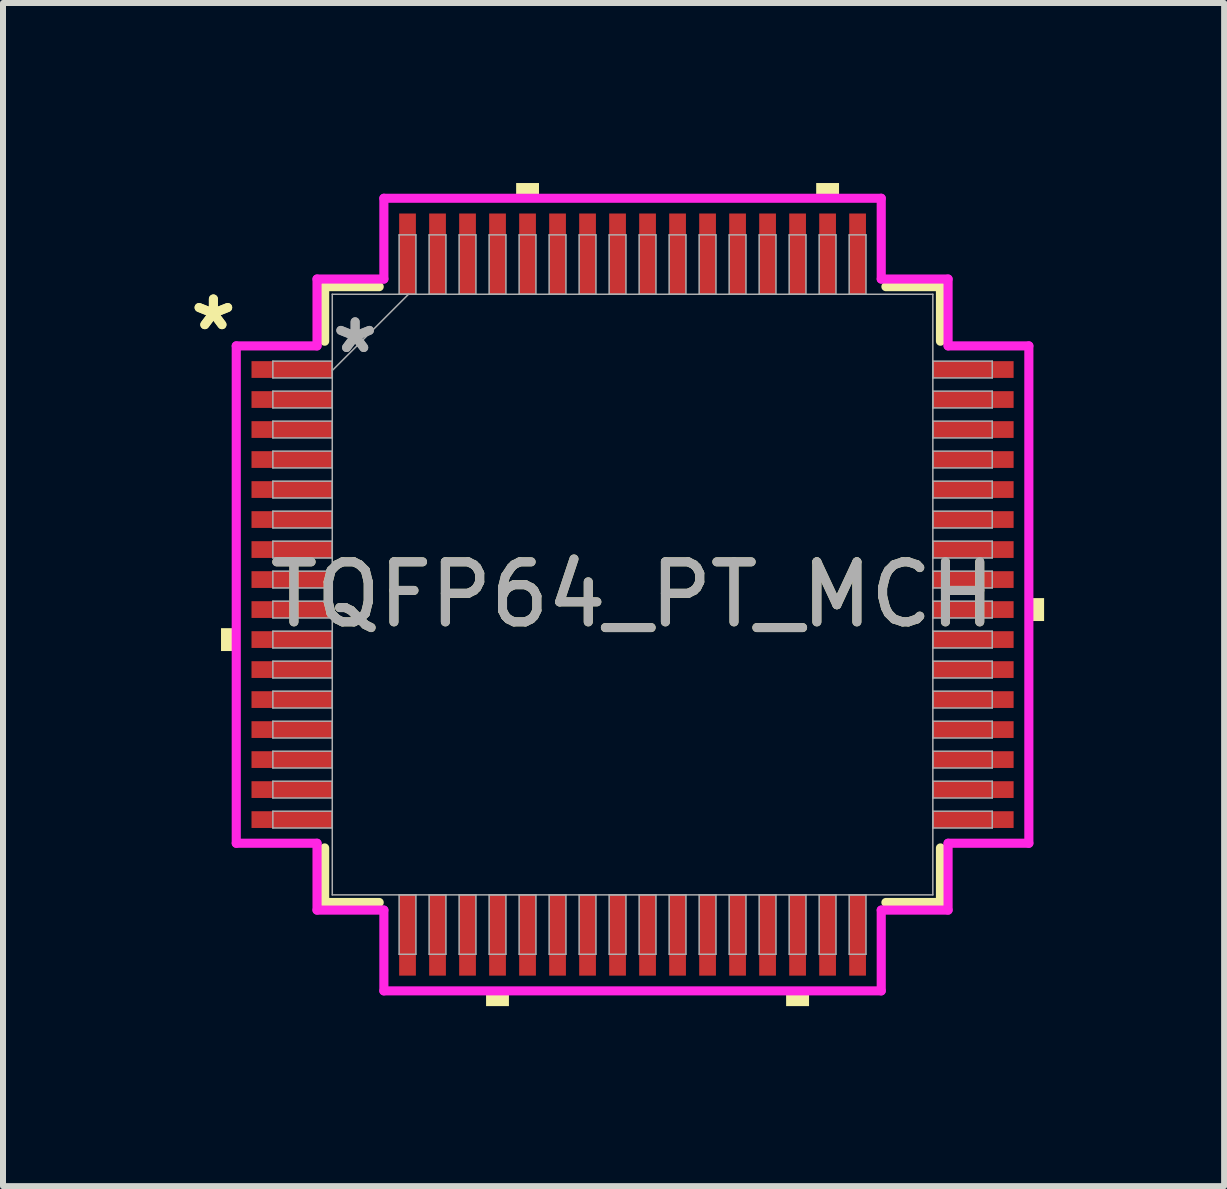
<source format=kicad_pcb>
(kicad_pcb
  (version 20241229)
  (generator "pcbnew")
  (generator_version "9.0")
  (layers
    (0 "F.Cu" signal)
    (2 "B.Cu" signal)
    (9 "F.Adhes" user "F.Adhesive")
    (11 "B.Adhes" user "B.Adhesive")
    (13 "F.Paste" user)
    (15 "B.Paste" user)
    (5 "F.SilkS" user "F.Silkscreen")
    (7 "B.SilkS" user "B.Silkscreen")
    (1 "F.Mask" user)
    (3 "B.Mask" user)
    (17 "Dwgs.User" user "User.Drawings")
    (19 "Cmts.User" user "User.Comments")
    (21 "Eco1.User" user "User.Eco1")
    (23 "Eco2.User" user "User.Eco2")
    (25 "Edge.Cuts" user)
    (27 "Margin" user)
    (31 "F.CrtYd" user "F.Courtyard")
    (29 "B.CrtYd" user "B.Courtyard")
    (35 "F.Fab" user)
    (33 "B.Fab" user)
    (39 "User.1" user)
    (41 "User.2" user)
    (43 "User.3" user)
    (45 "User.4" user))
  (footprint "TQFP64_PT_MCH"
    (layer "F.Cu")
    (at 7.491 6.858)
    (property "Reference" "TQFP64_PT_MCH" (at 0 0 0) (unlocked yes) (layer "F.SilkS") (effects (font (size 1 1) (thickness 0.15))))
    (attr smd)
    (fp_line (start -5.131 -5.131) (end -5.131 -4.222) (stroke (width 0.152) (type solid)) (layer "F.SilkS"))
    (fp_line (start -5.131 4.222) (end -5.131 5.131) (stroke (width 0.152) (type solid)) (layer "F.SilkS"))
    (fp_line (start -5.131 5.131) (end -4.222 5.131) (stroke (width 0.152) (type solid)) (layer "F.SilkS"))
    (fp_line (start -4.222 -5.131) (end -5.131 -5.131) (stroke (width 0.152) (type solid)) (layer "F.SilkS"))
    (fp_line (start 4.222 5.131) (end 5.131 5.131) (stroke (width 0.152) (type solid)) (layer "F.SilkS"))
    (fp_line (start 5.131 -5.131) (end 4.222 -5.131) (stroke (width 0.152) (type solid)) (layer "F.SilkS"))
    (fp_line (start 5.131 -4.222) (end 5.131 -5.131) (stroke (width 0.152) (type solid)) (layer "F.SilkS"))
    (fp_line (start 5.131 5.131) (end 5.131 4.222) (stroke (width 0.152) (type solid)) (layer "F.SilkS"))
    (fp_poly (pts (xy -6.858 0.56) (xy -6.858 0.941) (xy -6.604 0.941) (xy -6.604 0.56)) (stroke (width 0) (type solid)) (fill yes) (layer "F.SilkS"))
    (fp_poly (pts (xy -2.441 6.604) (xy -2.441 6.858) (xy -2.06 6.858) (xy -2.06 6.604)) (stroke (width 0) (type solid)) (fill yes) (layer "F.SilkS"))
    (fp_poly (pts (xy -1.94 -6.604) (xy -1.94 -6.858) (xy -1.559 -6.858) (xy -1.559 -6.604)) (stroke (width 0) (type solid)) (fill yes) (layer "F.SilkS"))
    (fp_poly (pts (xy 2.559 6.604) (xy 2.559 6.858) (xy 2.941 6.858) (xy 2.941 6.604)) (stroke (width 0) (type solid)) (fill yes) (layer "F.SilkS"))
    (fp_poly (pts (xy 3.06 -6.604) (xy 3.06 -6.858) (xy 3.441 -6.858) (xy 3.441 -6.604)) (stroke (width 0) (type solid)) (fill yes) (layer "F.SilkS"))
    (fp_poly (pts (xy 6.858 0.059) (xy 6.858 0.441) (xy 6.604 0.441) (xy 6.604 0.059)) (stroke (width 0) (type solid)) (fill yes) (layer "F.SilkS"))
    (fp_line (start -6.604 -4.144) (end -5.258 -4.144) (stroke (width 0.152) (type solid)) (layer "F.CrtYd"))
    (fp_line (start -6.604 4.144) (end -6.604 -4.144) (stroke (width 0.152) (type solid)) (layer "F.CrtYd"))
    (fp_line (start -5.258 -5.258) (end -4.144 -5.258) (stroke (width 0.152) (type solid)) (layer "F.CrtYd"))
    (fp_line (start -5.258 -4.144) (end -5.258 -5.258) (stroke (width 0.152) (type solid)) (layer "F.CrtYd"))
    (fp_line (start -5.258 4.144) (end -6.604 4.144) (stroke (width 0.152) (type solid)) (layer "F.CrtYd"))
    (fp_line (start -5.258 5.258) (end -5.258 4.144) (stroke (width 0.152) (type solid)) (layer "F.CrtYd"))
    (fp_line (start -5.258 5.258) (end -4.144 5.258) (stroke (width 0.152) (type solid)) (layer "F.CrtYd"))
    (fp_line (start -4.144 -6.604) (end 4.144 -6.604) (stroke (width 0.152) (type solid)) (layer "F.CrtYd"))
    (fp_line (start -4.144 -5.258) (end -4.144 -6.604) (stroke (width 0.152) (type solid)) (layer "F.CrtYd"))
    (fp_line (start -4.144 5.258) (end -4.144 6.604) (stroke (width 0.152) (type solid)) (layer "F.CrtYd"))
    (fp_line (start -4.144 6.604) (end 4.144 6.604) (stroke (width 0.152) (type solid)) (layer "F.CrtYd"))
    (fp_line (start 4.144 -6.604) (end 4.144 -5.258) (stroke (width 0.152) (type solid)) (layer "F.CrtYd"))
    (fp_line (start 4.144 -5.258) (end 5.258 -5.258) (stroke (width 0.152) (type solid)) (layer "F.CrtYd"))
    (fp_line (start 4.144 5.258) (end 5.258 5.258) (stroke (width 0.152) (type solid)) (layer "F.CrtYd"))
    (fp_line (start 4.144 6.604) (end 4.144 5.258) (stroke (width 0.152) (type solid)) (layer "F.CrtYd"))
    (fp_line (start 5.258 -4.144) (end 5.258 -5.258) (stroke (width 0.152) (type solid)) (layer "F.CrtYd"))
    (fp_line (start 5.258 4.144) (end 6.604 4.144) (stroke (width 0.152) (type solid)) (layer "F.CrtYd"))
    (fp_line (start 5.258 5.258) (end 5.258 4.144) (stroke (width 0.152) (type solid)) (layer "F.CrtYd"))
    (fp_line (start 6.604 -4.144) (end 5.258 -4.144) (stroke (width 0.152) (type solid)) (layer "F.CrtYd"))
    (fp_line (start 6.604 4.144) (end 6.604 -4.144) (stroke (width 0.152) (type solid)) (layer "F.CrtYd"))
    (fp_line (start -5.994 -3.89) (end -5.994 -3.61) (stroke (width 0.025) (type solid)) (layer "F.Fab"))
    (fp_line (start -5.994 -3.61) (end -5.004 -3.61) (stroke (width 0.025) (type solid)) (layer "F.Fab"))
    (fp_line (start -5.994 -3.39) (end -5.994 -3.11) (stroke (width 0.025) (type solid)) (layer "F.Fab"))
    (fp_line (start -5.994 -3.11) (end -5.004 -3.11) (stroke (width 0.025) (type solid)) (layer "F.Fab"))
    (fp_line (start -5.994 -2.89) (end -5.994 -2.61) (stroke (width 0.025) (type solid)) (layer "F.Fab"))
    (fp_line (start -5.994 -2.61) (end -5.004 -2.61) (stroke (width 0.025) (type solid)) (layer "F.Fab"))
    (fp_line (start -5.994 -2.39) (end -5.994 -2.11) (stroke (width 0.025) (type solid)) (layer "F.Fab"))
    (fp_line (start -5.994 -2.11) (end -5.004 -2.11) (stroke (width 0.025) (type solid)) (layer "F.Fab"))
    (fp_line (start -5.994 -1.89) (end -5.994 -1.61) (stroke (width 0.025) (type solid)) (layer "F.Fab"))
    (fp_line (start -5.994 -1.61) (end -5.004 -1.61) (stroke (width 0.025) (type solid)) (layer "F.Fab"))
    (fp_line (start -5.994 -1.39) (end -5.994 -1.11) (stroke (width 0.025) (type solid)) (layer "F.Fab"))
    (fp_line (start -5.994 -1.11) (end -5.004 -1.11) (stroke (width 0.025) (type solid)) (layer "F.Fab"))
    (fp_line (start -5.994 -0.89) (end -5.994 -0.61) (stroke (width 0.025) (type solid)) (layer "F.Fab"))
    (fp_line (start -5.994 -0.61) (end -5.004 -0.61) (stroke (width 0.025) (type solid)) (layer "F.Fab"))
    (fp_line (start -5.994 -0.39) (end -5.994 -0.11) (stroke (width 0.025) (type solid)) (layer "F.Fab"))
    (fp_line (start -5.994 -0.11) (end -5.004 -0.11) (stroke (width 0.025) (type solid)) (layer "F.Fab"))
    (fp_line (start -5.994 0.11) (end -5.994 0.39) (stroke (width 0.025) (type solid)) (layer "F.Fab"))
    (fp_line (start -5.994 0.39) (end -5.004 0.39) (stroke (width 0.025) (type solid)) (layer "F.Fab"))
    (fp_line (start -5.994 0.61) (end -5.994 0.89) (stroke (width 0.025) (type solid)) (layer "F.Fab"))
    (fp_line (start -5.994 0.89) (end -5.004 0.89) (stroke (width 0.025) (type solid)) (layer "F.Fab"))
    (fp_line (start -5.994 1.11) (end -5.994 1.39) (stroke (width 0.025) (type solid)) (layer "F.Fab"))
    (fp_line (start -5.994 1.39) (end -5.004 1.39) (stroke (width 0.025) (type solid)) (layer "F.Fab"))
    (fp_line (start -5.994 1.61) (end -5.994 1.89) (stroke (width 0.025) (type solid)) (layer "F.Fab"))
    (fp_line (start -5.994 1.89) (end -5.004 1.89) (stroke (width 0.025) (type solid)) (layer "F.Fab"))
    (fp_line (start -5.994 2.11) (end -5.994 2.39) (stroke (width 0.025) (type solid)) (layer "F.Fab"))
    (fp_line (start -5.994 2.39) (end -5.004 2.39) (stroke (width 0.025) (type solid)) (layer "F.Fab"))
    (fp_line (start -5.994 2.61) (end -5.994 2.89) (stroke (width 0.025) (type solid)) (layer "F.Fab"))
    (fp_line (start -5.994 2.89) (end -5.004 2.89) (stroke (width 0.025) (type solid)) (layer "F.Fab"))
    (fp_line (start -5.994 3.11) (end -5.994 3.39) (stroke (width 0.025) (type solid)) (layer "F.Fab"))
    (fp_line (start -5.994 3.39) (end -5.004 3.39) (stroke (width 0.025) (type solid)) (layer "F.Fab"))
    (fp_line (start -5.994 3.61) (end -5.994 3.89) (stroke (width 0.025) (type solid)) (layer "F.Fab"))
    (fp_line (start -5.994 3.89) (end -5.004 3.89) (stroke (width 0.025) (type solid)) (layer "F.Fab"))
    (fp_line (start -5.004 -5.004) (end -5.004 5.004) (stroke (width 0.025) (type solid)) (layer "F.Fab"))
    (fp_line (start -5.004 -3.89) (end -5.994 -3.89) (stroke (width 0.025) (type solid)) (layer "F.Fab"))
    (fp_line (start -5.004 -3.734) (end -3.734 -5.004) (stroke (width 0.025) (type solid)) (layer "F.Fab"))
    (fp_line (start -5.004 -3.61) (end -5.004 -3.89) (stroke (width 0.025) (type solid)) (layer "F.Fab"))
    (fp_line (start -5.004 -3.39) (end -5.994 -3.39) (stroke (width 0.025) (type solid)) (layer "F.Fab"))
    (fp_line (start -5.004 -3.11) (end -5.004 -3.39) (stroke (width 0.025) (type solid)) (layer "F.Fab"))
    (fp_line (start -5.004 -2.89) (end -5.994 -2.89) (stroke (width 0.025) (type solid)) (layer "F.Fab"))
    (fp_line (start -5.004 -2.61) (end -5.004 -2.89) (stroke (width 0.025) (type solid)) (layer "F.Fab"))
    (fp_line (start -5.004 -2.39) (end -5.994 -2.39) (stroke (width 0.025) (type solid)) (layer "F.Fab"))
    (fp_line (start -5.004 -2.11) (end -5.004 -2.39) (stroke (width 0.025) (type solid)) (layer "F.Fab"))
    (fp_line (start -5.004 -1.89) (end -5.994 -1.89) (stroke (width 0.025) (type solid)) (layer "F.Fab"))
    (fp_line (start -5.004 -1.61) (end -5.004 -1.89) (stroke (width 0.025) (type solid)) (layer "F.Fab"))
    (fp_line (start -5.004 -1.39) (end -5.994 -1.39) (stroke (width 0.025) (type solid)) (layer "F.Fab"))
    (fp_line (start -5.004 -1.11) (end -5.004 -1.39) (stroke (width 0.025) (type solid)) (layer "F.Fab"))
    (fp_line (start -5.004 -0.89) (end -5.994 -0.89) (stroke (width 0.025) (type solid)) (layer "F.Fab"))
    (fp_line (start -5.004 -0.61) (end -5.004 -0.89) (stroke (width 0.025) (type solid)) (layer "F.Fab"))
    (fp_line (start -5.004 -0.39) (end -5.994 -0.39) (stroke (width 0.025) (type solid)) (layer "F.Fab"))
    (fp_line (start -5.004 -0.11) (end -5.004 -0.39) (stroke (width 0.025) (type solid)) (layer "F.Fab"))
    (fp_line (start -5.004 0.11) (end -5.994 0.11) (stroke (width 0.025) (type solid)) (layer "F.Fab"))
    (fp_line (start -5.004 0.39) (end -5.004 0.11) (stroke (width 0.025) (type solid)) (layer "F.Fab"))
    (fp_line (start -5.004 0.61) (end -5.994 0.61) (stroke (width 0.025) (type solid)) (layer "F.Fab"))
    (fp_line (start -5.004 0.89) (end -5.004 0.61) (stroke (width 0.025) (type solid)) (layer "F.Fab"))
    (fp_line (start -5.004 1.11) (end -5.994 1.11) (stroke (width 0.025) (type solid)) (layer "F.Fab"))
    (fp_line (start -5.004 1.39) (end -5.004 1.11) (stroke (width 0.025) (type solid)) (layer "F.Fab"))
    (fp_line (start -5.004 1.61) (end -5.994 1.61) (stroke (width 0.025) (type solid)) (layer "F.Fab"))
    (fp_line (start -5.004 1.89) (end -5.004 1.61) (stroke (width 0.025) (type solid)) (layer "F.Fab"))
    (fp_line (start -5.004 2.11) (end -5.994 2.11) (stroke (width 0.025) (type solid)) (layer "F.Fab"))
    (fp_line (start -5.004 2.39) (end -5.004 2.11) (stroke (width 0.025) (type solid)) (layer "F.Fab"))
    (fp_line (start -5.004 2.61) (end -5.994 2.61) (stroke (width 0.025) (type solid)) (layer "F.Fab"))
    (fp_line (start -5.004 2.89) (end -5.004 2.61) (stroke (width 0.025) (type solid)) (layer "F.Fab"))
    (fp_line (start -5.004 3.11) (end -5.994 3.11) (stroke (width 0.025) (type solid)) (layer "F.Fab"))
    (fp_line (start -5.004 3.39) (end -5.004 3.11) (stroke (width 0.025) (type solid)) (layer "F.Fab"))
    (fp_line (start -5.004 3.61) (end -5.994 3.61) (stroke (width 0.025) (type solid)) (layer "F.Fab"))
    (fp_line (start -5.004 3.89) (end -5.004 3.61) (stroke (width 0.025) (type solid)) (layer "F.Fab"))
    (fp_line (start -5.004 5.004) (end 5.004 5.004) (stroke (width 0.025) (type solid)) (layer "F.Fab"))
    (fp_line (start -3.89 -5.994) (end -3.89 -5.004) (stroke (width 0.025) (type solid)) (layer "F.Fab"))
    (fp_line (start -3.89 -5.004) (end -3.61 -5.004) (stroke (width 0.025) (type solid)) (layer "F.Fab"))
    (fp_line (start -3.89 5.004) (end -3.89 5.994) (stroke (width 0.025) (type solid)) (layer "F.Fab"))
    (fp_line (start -3.89 5.994) (end -3.61 5.994) (stroke (width 0.025) (type solid)) (layer "F.Fab"))
    (fp_line (start -3.61 -5.994) (end -3.89 -5.994) (stroke (width 0.025) (type solid)) (layer "F.Fab"))
    (fp_line (start -3.61 -5.004) (end -3.61 -5.994) (stroke (width 0.025) (type solid)) (layer "F.Fab"))
    (fp_line (start -3.61 5.004) (end -3.89 5.004) (stroke (width 0.025) (type solid)) (layer "F.Fab"))
    (fp_line (start -3.61 5.994) (end -3.61 5.004) (stroke (width 0.025) (type solid)) (layer "F.Fab"))
    (fp_line (start -3.39 -5.994) (end -3.39 -5.004) (stroke (width 0.025) (type solid)) (layer "F.Fab"))
    (fp_line (start -3.39 -5.004) (end -3.11 -5.004) (stroke (width 0.025) (type solid)) (layer "F.Fab"))
    (fp_line (start -3.39 5.004) (end -3.39 5.994) (stroke (width 0.025) (type solid)) (layer "F.Fab"))
    (fp_line (start -3.39 5.994) (end -3.11 5.994) (stroke (width 0.025) (type solid)) (layer "F.Fab"))
    (fp_line (start -3.11 -5.994) (end -3.39 -5.994) (stroke (width 0.025) (type solid)) (layer "F.Fab"))
    (fp_line (start -3.11 -5.004) (end -3.11 -5.994) (stroke (width 0.025) (type solid)) (layer "F.Fab"))
    (fp_line (start -3.11 5.004) (end -3.39 5.004) (stroke (width 0.025) (type solid)) (layer "F.Fab"))
    (fp_line (start -3.11 5.994) (end -3.11 5.004) (stroke (width 0.025) (type solid)) (layer "F.Fab"))
    (fp_line (start -2.89 -5.994) (end -2.89 -5.004) (stroke (width 0.025) (type solid)) (layer "F.Fab"))
    (fp_line (start -2.89 -5.004) (end -2.61 -5.004) (stroke (width 0.025) (type solid)) (layer "F.Fab"))
    (fp_line (start -2.89 5.004) (end -2.89 5.994) (stroke (width 0.025) (type solid)) (layer "F.Fab"))
    (fp_line (start -2.89 5.994) (end -2.61 5.994) (stroke (width 0.025) (type solid)) (layer "F.Fab"))
    (fp_line (start -2.61 -5.994) (end -2.89 -5.994) (stroke (width 0.025) (type solid)) (layer "F.Fab"))
    (fp_line (start -2.61 -5.004) (end -2.61 -5.994) (stroke (width 0.025) (type solid)) (layer "F.Fab"))
    (fp_line (start -2.61 5.004) (end -2.89 5.004) (stroke (width 0.025) (type solid)) (layer "F.Fab"))
    (fp_line (start -2.61 5.994) (end -2.61 5.004) (stroke (width 0.025) (type solid)) (layer "F.Fab"))
    (fp_line (start -2.39 -5.994) (end -2.39 -5.004) (stroke (width 0.025) (type solid)) (layer "F.Fab"))
    (fp_line (start -2.39 -5.004) (end -2.11 -5.004) (stroke (width 0.025) (type solid)) (layer "F.Fab"))
    (fp_line (start -2.39 5.004) (end -2.39 5.994) (stroke (width 0.025) (type solid)) (layer "F.Fab"))
    (fp_line (start -2.39 5.994) (end -2.11 5.994) (stroke (width 0.025) (type solid)) (layer "F.Fab"))
    (fp_line (start -2.11 -5.994) (end -2.39 -5.994) (stroke (width 0.025) (type solid)) (layer "F.Fab"))
    (fp_line (start -2.11 -5.004) (end -2.11 -5.994) (stroke (width 0.025) (type solid)) (layer "F.Fab"))
    (fp_line (start -2.11 5.004) (end -2.39 5.004) (stroke (width 0.025) (type solid)) (layer "F.Fab"))
    (fp_line (start -2.11 5.994) (end -2.11 5.004) (stroke (width 0.025) (type solid)) (layer "F.Fab"))
    (fp_line (start -1.89 -5.994) (end -1.89 -5.004) (stroke (width 0.025) (type solid)) (layer "F.Fab"))
    (fp_line (start -1.89 -5.004) (end -1.61 -5.004) (stroke (width 0.025) (type solid)) (layer "F.Fab"))
    (fp_line (start -1.89 5.004) (end -1.89 5.994) (stroke (width 0.025) (type solid)) (layer "F.Fab"))
    (fp_line (start -1.89 5.994) (end -1.61 5.994) (stroke (width 0.025) (type solid)) (layer "F.Fab"))
    (fp_line (start -1.61 -5.994) (end -1.89 -5.994) (stroke (width 0.025) (type solid)) (layer "F.Fab"))
    (fp_line (start -1.61 -5.004) (end -1.61 -5.994) (stroke (width 0.025) (type solid)) (layer "F.Fab"))
    (fp_line (start -1.61 5.004) (end -1.89 5.004) (stroke (width 0.025) (type solid)) (layer "F.Fab"))
    (fp_line (start -1.61 5.994) (end -1.61 5.004) (stroke (width 0.025) (type solid)) (layer "F.Fab"))
    (fp_line (start -1.39 -5.994) (end -1.39 -5.004) (stroke (width 0.025) (type solid)) (layer "F.Fab"))
    (fp_line (start -1.39 -5.004) (end -1.11 -5.004) (stroke (width 0.025) (type solid)) (layer "F.Fab"))
    (fp_line (start -1.39 5.004) (end -1.39 5.994) (stroke (width 0.025) (type solid)) (layer "F.Fab"))
    (fp_line (start -1.39 5.994) (end -1.11 5.994) (stroke (width 0.025) (type solid)) (layer "F.Fab"))
    (fp_line (start -1.11 -5.994) (end -1.39 -5.994) (stroke (width 0.025) (type solid)) (layer "F.Fab"))
    (fp_line (start -1.11 -5.004) (end -1.11 -5.994) (stroke (width 0.025) (type solid)) (layer "F.Fab"))
    (fp_line (start -1.11 5.004) (end -1.39 5.004) (stroke (width 0.025) (type solid)) (layer "F.Fab"))
    (fp_line (start -1.11 5.994) (end -1.11 5.004) (stroke (width 0.025) (type solid)) (layer "F.Fab"))
    (fp_line (start -0.89 -5.994) (end -0.89 -5.004) (stroke (width 0.025) (type solid)) (layer "F.Fab"))
    (fp_line (start -0.89 -5.004) (end -0.61 -5.004) (stroke (width 0.025) (type solid)) (layer "F.Fab"))
    (fp_line (start -0.89 5.004) (end -0.89 5.994) (stroke (width 0.025) (type solid)) (layer "F.Fab"))
    (fp_line (start -0.89 5.994) (end -0.61 5.994) (stroke (width 0.025) (type solid)) (layer "F.Fab"))
    (fp_line (start -0.61 -5.994) (end -0.89 -5.994) (stroke (width 0.025) (type solid)) (layer "F.Fab"))
    (fp_line (start -0.61 -5.004) (end -0.61 -5.994) (stroke (width 0.025) (type solid)) (layer "F.Fab"))
    (fp_line (start -0.61 5.004) (end -0.89 5.004) (stroke (width 0.025) (type solid)) (layer "F.Fab"))
    (fp_line (start -0.61 5.994) (end -0.61 5.004) (stroke (width 0.025) (type solid)) (layer "F.Fab"))
    (fp_line (start -0.39 -5.994) (end -0.39 -5.004) (stroke (width 0.025) (type solid)) (layer "F.Fab"))
    (fp_line (start -0.39 -5.004) (end -0.11 -5.004) (stroke (width 0.025) (type solid)) (layer "F.Fab"))
    (fp_line (start -0.39 5.004) (end -0.39 5.994) (stroke (width 0.025) (type solid)) (layer "F.Fab"))
    (fp_line (start -0.39 5.994) (end -0.11 5.994) (stroke (width 0.025) (type solid)) (layer "F.Fab"))
    (fp_line (start -0.11 -5.994) (end -0.39 -5.994) (stroke (width 0.025) (type solid)) (layer "F.Fab"))
    (fp_line (start -0.11 -5.004) (end -0.11 -5.994) (stroke (width 0.025) (type solid)) (layer "F.Fab"))
    (fp_line (start -0.11 5.004) (end -0.39 5.004) (stroke (width 0.025) (type solid)) (layer "F.Fab"))
    (fp_line (start -0.11 5.994) (end -0.11 5.004) (stroke (width 0.025) (type solid)) (layer "F.Fab"))
    (fp_line (start 0.11 -5.994) (end 0.11 -5.004) (stroke (width 0.025) (type solid)) (layer "F.Fab"))
    (fp_line (start 0.11 -5.004) (end 0.39 -5.004) (stroke (width 0.025) (type solid)) (layer "F.Fab"))
    (fp_line (start 0.11 5.004) (end 0.11 5.994) (stroke (width 0.025) (type solid)) (layer "F.Fab"))
    (fp_line (start 0.11 5.994) (end 0.39 5.994) (stroke (width 0.025) (type solid)) (layer "F.Fab"))
    (fp_line (start 0.39 -5.994) (end 0.11 -5.994) (stroke (width 0.025) (type solid)) (layer "F.Fab"))
    (fp_line (start 0.39 -5.004) (end 0.39 -5.994) (stroke (width 0.025) (type solid)) (layer "F.Fab"))
    (fp_line (start 0.39 5.004) (end 0.11 5.004) (stroke (width 0.025) (type solid)) (layer "F.Fab"))
    (fp_line (start 0.39 5.994) (end 0.39 5.004) (stroke (width 0.025) (type solid)) (layer "F.Fab"))
    (fp_line (start 0.61 -5.994) (end 0.61 -5.004) (stroke (width 0.025) (type solid)) (layer "F.Fab"))
    (fp_line (start 0.61 -5.004) (end 0.89 -5.004) (stroke (width 0.025) (type solid)) (layer "F.Fab"))
    (fp_line (start 0.61 5.004) (end 0.61 5.994) (stroke (width 0.025) (type solid)) (layer "F.Fab"))
    (fp_line (start 0.61 5.994) (end 0.89 5.994) (stroke (width 0.025) (type solid)) (layer "F.Fab"))
    (fp_line (start 0.89 -5.994) (end 0.61 -5.994) (stroke (width 0.025) (type solid)) (layer "F.Fab"))
    (fp_line (start 0.89 -5.004) (end 0.89 -5.994) (stroke (width 0.025) (type solid)) (layer "F.Fab"))
    (fp_line (start 0.89 5.004) (end 0.61 5.004) (stroke (width 0.025) (type solid)) (layer "F.Fab"))
    (fp_line (start 0.89 5.994) (end 0.89 5.004) (stroke (width 0.025) (type solid)) (layer "F.Fab"))
    (fp_line (start 1.11 -5.994) (end 1.11 -5.004) (stroke (width 0.025) (type solid)) (layer "F.Fab"))
    (fp_line (start 1.11 -5.004) (end 1.39 -5.004) (stroke (width 0.025) (type solid)) (layer "F.Fab"))
    (fp_line (start 1.11 5.004) (end 1.11 5.994) (stroke (width 0.025) (type solid)) (layer "F.Fab"))
    (fp_line (start 1.11 5.994) (end 1.39 5.994) (stroke (width 0.025) (type solid)) (layer "F.Fab"))
    (fp_line (start 1.39 -5.994) (end 1.11 -5.994) (stroke (width 0.025) (type solid)) (layer "F.Fab"))
    (fp_line (start 1.39 -5.004) (end 1.39 -5.994) (stroke (width 0.025) (type solid)) (layer "F.Fab"))
    (fp_line (start 1.39 5.004) (end 1.11 5.004) (stroke (width 0.025) (type solid)) (layer "F.Fab"))
    (fp_line (start 1.39 5.994) (end 1.39 5.004) (stroke (width 0.025) (type solid)) (layer "F.Fab"))
    (fp_line (start 1.61 -5.994) (end 1.61 -5.004) (stroke (width 0.025) (type solid)) (layer "F.Fab"))
    (fp_line (start 1.61 -5.004) (end 1.89 -5.004) (stroke (width 0.025) (type solid)) (layer "F.Fab"))
    (fp_line (start 1.61 5.004) (end 1.61 5.994) (stroke (width 0.025) (type solid)) (layer "F.Fab"))
    (fp_line (start 1.61 5.994) (end 1.89 5.994) (stroke (width 0.025) (type solid)) (layer "F.Fab"))
    (fp_line (start 1.89 -5.994) (end 1.61 -5.994) (stroke (width 0.025) (type solid)) (layer "F.Fab"))
    (fp_line (start 1.89 -5.004) (end 1.89 -5.994) (stroke (width 0.025) (type solid)) (layer "F.Fab"))
    (fp_line (start 1.89 5.004) (end 1.61 5.004) (stroke (width 0.025) (type solid)) (layer "F.Fab"))
    (fp_line (start 1.89 5.994) (end 1.89 5.004) (stroke (width 0.025) (type solid)) (layer "F.Fab"))
    (fp_line (start 2.11 -5.994) (end 2.11 -5.004) (stroke (width 0.025) (type solid)) (layer "F.Fab"))
    (fp_line (start 2.11 -5.004) (end 2.39 -5.004) (stroke (width 0.025) (type solid)) (layer "F.Fab"))
    (fp_line (start 2.11 5.004) (end 2.11 5.994) (stroke (width 0.025) (type solid)) (layer "F.Fab"))
    (fp_line (start 2.11 5.994) (end 2.39 5.994) (stroke (width 0.025) (type solid)) (layer "F.Fab"))
    (fp_line (start 2.39 -5.994) (end 2.11 -5.994) (stroke (width 0.025) (type solid)) (layer "F.Fab"))
    (fp_line (start 2.39 -5.004) (end 2.39 -5.994) (stroke (width 0.025) (type solid)) (layer "F.Fab"))
    (fp_line (start 2.39 5.004) (end 2.11 5.004) (stroke (width 0.025) (type solid)) (layer "F.Fab"))
    (fp_line (start 2.39 5.994) (end 2.39 5.004) (stroke (width 0.025) (type solid)) (layer "F.Fab"))
    (fp_line (start 2.61 -5.994) (end 2.61 -5.004) (stroke (width 0.025) (type solid)) (layer "F.Fab"))
    (fp_line (start 2.61 -5.004) (end 2.89 -5.004) (stroke (width 0.025) (type solid)) (layer "F.Fab"))
    (fp_line (start 2.61 5.004) (end 2.61 5.994) (stroke (width 0.025) (type solid)) (layer "F.Fab"))
    (fp_line (start 2.61 5.994) (end 2.89 5.994) (stroke (width 0.025) (type solid)) (layer "F.Fab"))
    (fp_line (start 2.89 -5.994) (end 2.61 -5.994) (stroke (width 0.025) (type solid)) (layer "F.Fab"))
    (fp_line (start 2.89 -5.004) (end 2.89 -5.994) (stroke (width 0.025) (type solid)) (layer "F.Fab"))
    (fp_line (start 2.89 5.004) (end 2.61 5.004) (stroke (width 0.025) (type solid)) (layer "F.Fab"))
    (fp_line (start 2.89 5.994) (end 2.89 5.004) (stroke (width 0.025) (type solid)) (layer "F.Fab"))
    (fp_line (start 3.11 -5.994) (end 3.11 -5.004) (stroke (width 0.025) (type solid)) (layer "F.Fab"))
    (fp_line (start 3.11 -5.004) (end 3.39 -5.004) (stroke (width 0.025) (type solid)) (layer "F.Fab"))
    (fp_line (start 3.11 5.004) (end 3.11 5.994) (stroke (width 0.025) (type solid)) (layer "F.Fab"))
    (fp_line (start 3.11 5.994) (end 3.39 5.994) (stroke (width 0.025) (type solid)) (layer "F.Fab"))
    (fp_line (start 3.39 -5.994) (end 3.11 -5.994) (stroke (width 0.025) (type solid)) (layer "F.Fab"))
    (fp_line (start 3.39 -5.004) (end 3.39 -5.994) (stroke (width 0.025) (type solid)) (layer "F.Fab"))
    (fp_line (start 3.39 5.004) (end 3.11 5.004) (stroke (width 0.025) (type solid)) (layer "F.Fab"))
    (fp_line (start 3.39 5.994) (end 3.39 5.004) (stroke (width 0.025) (type solid)) (layer "F.Fab"))
    (fp_line (start 3.61 -5.994) (end 3.61 -5.004) (stroke (width 0.025) (type solid)) (layer "F.Fab"))
    (fp_line (start 3.61 -5.004) (end 3.89 -5.004) (stroke (width 0.025) (type solid)) (layer "F.Fab"))
    (fp_line (start 3.61 5.004) (end 3.61 5.994) (stroke (width 0.025) (type solid)) (layer "F.Fab"))
    (fp_line (start 3.61 5.994) (end 3.89 5.994) (stroke (width 0.025) (type solid)) (layer "F.Fab"))
    (fp_line (start 3.89 -5.994) (end 3.61 -5.994) (stroke (width 0.025) (type solid)) (layer "F.Fab"))
    (fp_line (start 3.89 -5.004) (end 3.89 -5.994) (stroke (width 0.025) (type solid)) (layer "F.Fab"))
    (fp_line (start 3.89 5.004) (end 3.61 5.004) (stroke (width 0.025) (type solid)) (layer "F.Fab"))
    (fp_line (start 3.89 5.994) (end 3.89 5.004) (stroke (width 0.025) (type solid)) (layer "F.Fab"))
    (fp_line (start 5.004 -5.004) (end -5.004 -5.004) (stroke (width 0.025) (type solid)) (layer "F.Fab"))
    (fp_line (start 5.004 -3.89) (end 5.004 -3.61) (stroke (width 0.025) (type solid)) (layer "F.Fab"))
    (fp_line (start 5.004 -3.61) (end 5.994 -3.61) (stroke (width 0.025) (type solid)) (layer "F.Fab"))
    (fp_line (start 5.004 -3.39) (end 5.004 -3.11) (stroke (width 0.025) (type solid)) (layer "F.Fab"))
    (fp_line (start 5.004 -3.11) (end 5.994 -3.11) (stroke (width 0.025) (type solid)) (layer "F.Fab"))
    (fp_line (start 5.004 -2.89) (end 5.004 -2.61) (stroke (width 0.025) (type solid)) (layer "F.Fab"))
    (fp_line (start 5.004 -2.61) (end 5.994 -2.61) (stroke (width 0.025) (type solid)) (layer "F.Fab"))
    (fp_line (start 5.004 -2.39) (end 5.004 -2.11) (stroke (width 0.025) (type solid)) (layer "F.Fab"))
    (fp_line (start 5.004 -2.11) (end 5.994 -2.11) (stroke (width 0.025) (type solid)) (layer "F.Fab"))
    (fp_line (start 5.004 -1.89) (end 5.004 -1.61) (stroke (width 0.025) (type solid)) (layer "F.Fab"))
    (fp_line (start 5.004 -1.61) (end 5.994 -1.61) (stroke (width 0.025) (type solid)) (layer "F.Fab"))
    (fp_line (start 5.004 -1.39) (end 5.004 -1.11) (stroke (width 0.025) (type solid)) (layer "F.Fab"))
    (fp_line (start 5.004 -1.11) (end 5.994 -1.11) (stroke (width 0.025) (type solid)) (layer "F.Fab"))
    (fp_line (start 5.004 -0.89) (end 5.004 -0.61) (stroke (width 0.025) (type solid)) (layer "F.Fab"))
    (fp_line (start 5.004 -0.61) (end 5.994 -0.61) (stroke (width 0.025) (type solid)) (layer "F.Fab"))
    (fp_line (start 5.004 -0.39) (end 5.004 -0.11) (stroke (width 0.025) (type solid)) (layer "F.Fab"))
    (fp_line (start 5.004 -0.11) (end 5.994 -0.11) (stroke (width 0.025) (type solid)) (layer "F.Fab"))
    (fp_line (start 5.004 0.11) (end 5.004 0.39) (stroke (width 0.025) (type solid)) (layer "F.Fab"))
    (fp_line (start 5.004 0.39) (end 5.994 0.39) (stroke (width 0.025) (type solid)) (layer "F.Fab"))
    (fp_line (start 5.004 0.61) (end 5.004 0.89) (stroke (width 0.025) (type solid)) (layer "F.Fab"))
    (fp_line (start 5.004 0.89) (end 5.994 0.89) (stroke (width 0.025) (type solid)) (layer "F.Fab"))
    (fp_line (start 5.004 1.11) (end 5.004 1.39) (stroke (width 0.025) (type solid)) (layer "F.Fab"))
    (fp_line (start 5.004 1.39) (end 5.994 1.39) (stroke (width 0.025) (type solid)) (layer "F.Fab"))
    (fp_line (start 5.004 1.61) (end 5.004 1.89) (stroke (width 0.025) (type solid)) (layer "F.Fab"))
    (fp_line (start 5.004 1.89) (end 5.994 1.89) (stroke (width 0.025) (type solid)) (layer "F.Fab"))
    (fp_line (start 5.004 2.11) (end 5.004 2.39) (stroke (width 0.025) (type solid)) (layer "F.Fab"))
    (fp_line (start 5.004 2.39) (end 5.994 2.39) (stroke (width 0.025) (type solid)) (layer "F.Fab"))
    (fp_line (start 5.004 2.61) (end 5.004 2.89) (stroke (width 0.025) (type solid)) (layer "F.Fab"))
    (fp_line (start 5.004 2.89) (end 5.994 2.89) (stroke (width 0.025) (type solid)) (layer "F.Fab"))
    (fp_line (start 5.004 3.11) (end 5.004 3.39) (stroke (width 0.025) (type solid)) (layer "F.Fab"))
    (fp_line (start 5.004 3.39) (end 5.994 3.39) (stroke (width 0.025) (type solid)) (layer "F.Fab"))
    (fp_line (start 5.004 3.61) (end 5.004 3.89) (stroke (width 0.025) (type solid)) (layer "F.Fab"))
    (fp_line (start 5.004 3.89) (end 5.994 3.89) (stroke (width 0.025) (type solid)) (layer "F.Fab"))
    (fp_line (start 5.004 5.004) (end 5.004 -5.004) (stroke (width 0.025) (type solid)) (layer "F.Fab"))
    (fp_line (start 5.994 -3.89) (end 5.004 -3.89) (stroke (width 0.025) (type solid)) (layer "F.Fab"))
    (fp_line (start 5.994 -3.61) (end 5.994 -3.89) (stroke (width 0.025) (type solid)) (layer "F.Fab"))
    (fp_line (start 5.994 -3.39) (end 5.004 -3.39) (stroke (width 0.025) (type solid)) (layer "F.Fab"))
    (fp_line (start 5.994 -3.11) (end 5.994 -3.39) (stroke (width 0.025) (type solid)) (layer "F.Fab"))
    (fp_line (start 5.994 -2.89) (end 5.004 -2.89) (stroke (width 0.025) (type solid)) (layer "F.Fab"))
    (fp_line (start 5.994 -2.61) (end 5.994 -2.89) (stroke (width 0.025) (type solid)) (layer "F.Fab"))
    (fp_line (start 5.994 -2.39) (end 5.004 -2.39) (stroke (width 0.025) (type solid)) (layer "F.Fab"))
    (fp_line (start 5.994 -2.11) (end 5.994 -2.39) (stroke (width 0.025) (type solid)) (layer "F.Fab"))
    (fp_line (start 5.994 -1.89) (end 5.004 -1.89) (stroke (width 0.025) (type solid)) (layer "F.Fab"))
    (fp_line (start 5.994 -1.61) (end 5.994 -1.89) (stroke (width 0.025) (type solid)) (layer "F.Fab"))
    (fp_line (start 5.994 -1.39) (end 5.004 -1.39) (stroke (width 0.025) (type solid)) (layer "F.Fab"))
    (fp_line (start 5.994 -1.11) (end 5.994 -1.39) (stroke (width 0.025) (type solid)) (layer "F.Fab"))
    (fp_line (start 5.994 -0.89) (end 5.004 -0.89) (stroke (width 0.025) (type solid)) (layer "F.Fab"))
    (fp_line (start 5.994 -0.61) (end 5.994 -0.89) (stroke (width 0.025) (type solid)) (layer "F.Fab"))
    (fp_line (start 5.994 -0.39) (end 5.004 -0.39) (stroke (width 0.025) (type solid)) (layer "F.Fab"))
    (fp_line (start 5.994 -0.11) (end 5.994 -0.39) (stroke (width 0.025) (type solid)) (layer "F.Fab"))
    (fp_line (start 5.994 0.11) (end 5.004 0.11) (stroke (width 0.025) (type solid)) (layer "F.Fab"))
    (fp_line (start 5.994 0.39) (end 5.994 0.11) (stroke (width 0.025) (type solid)) (layer "F.Fab"))
    (fp_line (start 5.994 0.61) (end 5.004 0.61) (stroke (width 0.025) (type solid)) (layer "F.Fab"))
    (fp_line (start 5.994 0.89) (end 5.994 0.61) (stroke (width 0.025) (type solid)) (layer "F.Fab"))
    (fp_line (start 5.994 1.11) (end 5.004 1.11) (stroke (width 0.025) (type solid)) (layer "F.Fab"))
    (fp_line (start 5.994 1.39) (end 5.994 1.11) (stroke (width 0.025) (type solid)) (layer "F.Fab"))
    (fp_line (start 5.994 1.61) (end 5.004 1.61) (stroke (width 0.025) (type solid)) (layer "F.Fab"))
    (fp_line (start 5.994 1.89) (end 5.994 1.61) (stroke (width 0.025) (type solid)) (layer "F.Fab"))
    (fp_line (start 5.994 2.11) (end 5.004 2.11) (stroke (width 0.025) (type solid)) (layer "F.Fab"))
    (fp_line (start 5.994 2.39) (end 5.994 2.11) (stroke (width 0.025) (type solid)) (layer "F.Fab"))
    (fp_line (start 5.994 2.61) (end 5.004 2.61) (stroke (width 0.025) (type solid)) (layer "F.Fab"))
    (fp_line (start 5.994 2.89) (end 5.994 2.61) (stroke (width 0.025) (type solid)) (layer "F.Fab"))
    (fp_line (start 5.994 3.11) (end 5.004 3.11) (stroke (width 0.025) (type solid)) (layer "F.Fab"))
    (fp_line (start 5.994 3.39) (end 5.994 3.11) (stroke (width 0.025) (type solid)) (layer "F.Fab"))
    (fp_line (start 5.994 3.61) (end 5.004 3.61) (stroke (width 0.025) (type solid)) (layer "F.Fab"))
    (fp_line (start 5.994 3.89) (end 5.994 3.61) (stroke (width 0.025) (type solid)) (layer "F.Fab"))
    (fp_text user "*" (at -6.985 -4.381 0) (unlocked yes) (layer "F.SilkS") (effects (font (size 1 1) (thickness 0.15))))
    (fp_text user "*" (at -6.985 -4.381 0) (layer "F.SilkS") (effects (font (size 1 1) (thickness 0.15))))
    (fp_text user "*" (at -4.623 -4 0) (unlocked yes) (layer "F.Fab") (effects (font (size 1 1) (thickness 0.15))))
    (fp_text user "*" (at -4.623 -4 0) (layer "F.Fab") (effects (font (size 1 1) (thickness 0.15))))
    (fp_text user "${REFERENCE}" (at 0 0 0) (unlocked yes) (layer "F.Fab") (effects (font (size 1 1) (thickness 0.15))))
    (pad "1" smd rect (at -5.677 -3.75 90) (size 0.279 1.346) (layers "F.Cu" "F.Mask" "F.Paste"))
    (pad "2" smd rect (at -5.677 -3.25 90) (size 0.279 1.346) (layers "F.Cu" "F.Mask" "F.Paste"))
    (pad "3" smd rect (at -5.677 -2.75 90) (size 0.279 1.346) (layers "F.Cu" "F.Mask" "F.Paste"))
    (pad "4" smd rect (at -5.677 -2.25 90) (size 0.279 1.346) (layers "F.Cu" "F.Mask" "F.Paste"))
    (pad "5" smd rect (at -5.677 -1.75 90) (size 0.279 1.346) (layers "F.Cu" "F.Mask" "F.Paste"))
    (pad "6" smd rect (at -5.677 -1.25 90) (size 0.279 1.346) (layers "F.Cu" "F.Mask" "F.Paste"))
    (pad "7" smd rect (at -5.677 -0.75 90) (size 0.279 1.346) (layers "F.Cu" "F.Mask" "F.Paste"))
    (pad "8" smd rect (at -5.677 -0.25 90) (size 0.279 1.346) (layers "F.Cu" "F.Mask" "F.Paste"))
    (pad "9" smd rect (at -5.677 0.25 90) (size 0.279 1.346) (layers "F.Cu" "F.Mask" "F.Paste"))
    (pad "10" smd rect (at -5.677 0.75 90) (size 0.279 1.346) (layers "F.Cu" "F.Mask" "F.Paste"))
    (pad "11" smd rect (at -5.677 1.25 90) (size 0.279 1.346) (layers "F.Cu" "F.Mask" "F.Paste"))
    (pad "12" smd rect (at -5.677 1.75 90) (size 0.279 1.346) (layers "F.Cu" "F.Mask" "F.Paste"))
    (pad "13" smd rect (at -5.677 2.25 90) (size 0.279 1.346) (layers "F.Cu" "F.Mask" "F.Paste"))
    (pad "14" smd rect (at -5.677 2.75 90) (size 0.279 1.346) (layers "F.Cu" "F.Mask" "F.Paste"))
    (pad "15" smd rect (at -5.677 3.25 90) (size 0.279 1.346) (layers "F.Cu" "F.Mask" "F.Paste"))
    (pad "16" smd rect (at -5.677 3.75 90) (size 0.279 1.346) (layers "F.Cu" "F.Mask" "F.Paste"))
    (pad "17" smd rect (at -3.75 5.677) (size 0.279 1.346) (layers "F.Cu" "F.Mask" "F.Paste"))
    (pad "18" smd rect (at -3.25 5.677) (size 0.279 1.346) (layers "F.Cu" "F.Mask" "F.Paste"))
    (pad "19" smd rect (at -2.75 5.677) (size 0.279 1.346) (layers "F.Cu" "F.Mask" "F.Paste"))
    (pad "20" smd rect (at -2.25 5.677) (size 0.279 1.346) (layers "F.Cu" "F.Mask" "F.Paste"))
    (pad "21" smd rect (at -1.75 5.677) (size 0.279 1.346) (layers "F.Cu" "F.Mask" "F.Paste"))
    (pad "22" smd rect (at -1.25 5.677) (size 0.279 1.346) (layers "F.Cu" "F.Mask" "F.Paste"))
    (pad "23" smd rect (at -0.75 5.677) (size 0.279 1.346) (layers "F.Cu" "F.Mask" "F.Paste"))
    (pad "24" smd rect (at -0.25 5.677) (size 0.279 1.346) (layers "F.Cu" "F.Mask" "F.Paste"))
    (pad "25" smd rect (at 0.25 5.677) (size 0.279 1.346) (layers "F.Cu" "F.Mask" "F.Paste"))
    (pad "26" smd rect (at 0.75 5.677) (size 0.279 1.346) (layers "F.Cu" "F.Mask" "F.Paste"))
    (pad "27" smd rect (at 1.25 5.677) (size 0.279 1.346) (layers "F.Cu" "F.Mask" "F.Paste"))
    (pad "28" smd rect (at 1.75 5.677) (size 0.279 1.346) (layers "F.Cu" "F.Mask" "F.Paste"))
    (pad "29" smd rect (at 2.25 5.677) (size 0.279 1.346) (layers "F.Cu" "F.Mask" "F.Paste"))
    (pad "30" smd rect (at 2.75 5.677) (size 0.279 1.346) (layers "F.Cu" "F.Mask" "F.Paste"))
    (pad "31" smd rect (at 3.25 5.677) (size 0.279 1.346) (layers "F.Cu" "F.Mask" "F.Paste"))
    (pad "32" smd rect (at 3.75 5.677) (size 0.279 1.346) (layers "F.Cu" "F.Mask" "F.Paste"))
    (pad "33" smd rect (at 5.677 3.75 90) (size 0.279 1.346) (layers "F.Cu" "F.Mask" "F.Paste"))
    (pad "34" smd rect (at 5.677 3.25 90) (size 0.279 1.346) (layers "F.Cu" "F.Mask" "F.Paste"))
    (pad "35" smd rect (at 5.677 2.75 90) (size 0.279 1.346) (layers "F.Cu" "F.Mask" "F.Paste"))
    (pad "36" smd rect (at 5.677 2.25 90) (size 0.279 1.346) (layers "F.Cu" "F.Mask" "F.Paste"))
    (pad "37" smd rect (at 5.677 1.75 90) (size 0.279 1.346) (layers "F.Cu" "F.Mask" "F.Paste"))
    (pad "38" smd rect (at 5.677 1.25 90) (size 0.279 1.346) (layers "F.Cu" "F.Mask" "F.Paste"))
    (pad "39" smd rect (at 5.677 0.75 90) (size 0.279 1.346) (layers "F.Cu" "F.Mask" "F.Paste"))
    (pad "40" smd rect (at 5.677 0.25 90) (size 0.279 1.346) (layers "F.Cu" "F.Mask" "F.Paste"))
    (pad "41" smd rect (at 5.677 -0.25 90) (size 0.279 1.346) (layers "F.Cu" "F.Mask" "F.Paste"))
    (pad "42" smd rect (at 5.677 -0.75 90) (size 0.279 1.346) (layers "F.Cu" "F.Mask" "F.Paste"))
    (pad "43" smd rect (at 5.677 -1.25 90) (size 0.279 1.346) (layers "F.Cu" "F.Mask" "F.Paste"))
    (pad "44" smd rect (at 5.677 -1.75 90) (size 0.279 1.346) (layers "F.Cu" "F.Mask" "F.Paste"))
    (pad "45" smd rect (at 5.677 -2.25 90) (size 0.279 1.346) (layers "F.Cu" "F.Mask" "F.Paste"))
    (pad "46" smd rect (at 5.677 -2.75 90) (size 0.279 1.346) (layers "F.Cu" "F.Mask" "F.Paste"))
    (pad "47" smd rect (at 5.677 -3.25 90) (size 0.279 1.346) (layers "F.Cu" "F.Mask" "F.Paste"))
    (pad "48" smd rect (at 5.677 -3.75 90) (size 0.279 1.346) (layers "F.Cu" "F.Mask" "F.Paste"))
    (pad "49" smd rect (at 3.75 -5.677) (size 0.279 1.346) (layers "F.Cu" "F.Mask" "F.Paste"))
    (pad "50" smd rect (at 3.25 -5.677) (size 0.279 1.346) (layers "F.Cu" "F.Mask" "F.Paste"))
    (pad "51" smd rect (at 2.75 -5.677) (size 0.279 1.346) (layers "F.Cu" "F.Mask" "F.Paste"))
    (pad "52" smd rect (at 2.25 -5.677) (size 0.279 1.346) (layers "F.Cu" "F.Mask" "F.Paste"))
    (pad "53" smd rect (at 1.75 -5.677) (size 0.279 1.346) (layers "F.Cu" "F.Mask" "F.Paste"))
    (pad "54" smd rect (at 1.25 -5.677) (size 0.279 1.346) (layers "F.Cu" "F.Mask" "F.Paste"))
    (pad "55" smd rect (at 0.75 -5.677) (size 0.279 1.346) (layers "F.Cu" "F.Mask" "F.Paste"))
    (pad "56" smd rect (at 0.25 -5.677) (size 0.279 1.346) (layers "F.Cu" "F.Mask" "F.Paste"))
    (pad "57" smd rect (at -0.25 -5.677) (size 0.279 1.346) (layers "F.Cu" "F.Mask" "F.Paste"))
    (pad "58" smd rect (at -0.75 -5.677) (size 0.279 1.346) (layers "F.Cu" "F.Mask" "F.Paste"))
    (pad "59" smd rect (at -1.25 -5.677) (size 0.279 1.346) (layers "F.Cu" "F.Mask" "F.Paste"))
    (pad "60" smd rect (at -1.75 -5.677) (size 0.279 1.346) (layers "F.Cu" "F.Mask" "F.Paste"))
    (pad "61" smd rect (at -2.25 -5.677) (size 0.279 1.346) (layers "F.Cu" "F.Mask" "F.Paste"))
    (pad "62" smd rect (at -2.75 -5.677) (size 0.279 1.346) (layers "F.Cu" "F.Mask" "F.Paste"))
    (pad "63" smd rect (at -3.25 -5.677) (size 0.279 1.346) (layers "F.Cu" "F.Mask" "F.Paste"))
    (pad "64" smd rect (at -3.75 -5.677) (size 0.279 1.346) (layers "F.Cu" "F.Mask" "F.Paste")))
  (gr_rect
    (start -3 -3)
    (end 17.349 16.716)
    (stroke (width 0.1) (type default))
    (fill no)
    (layer "Edge.Cuts")))
</source>
